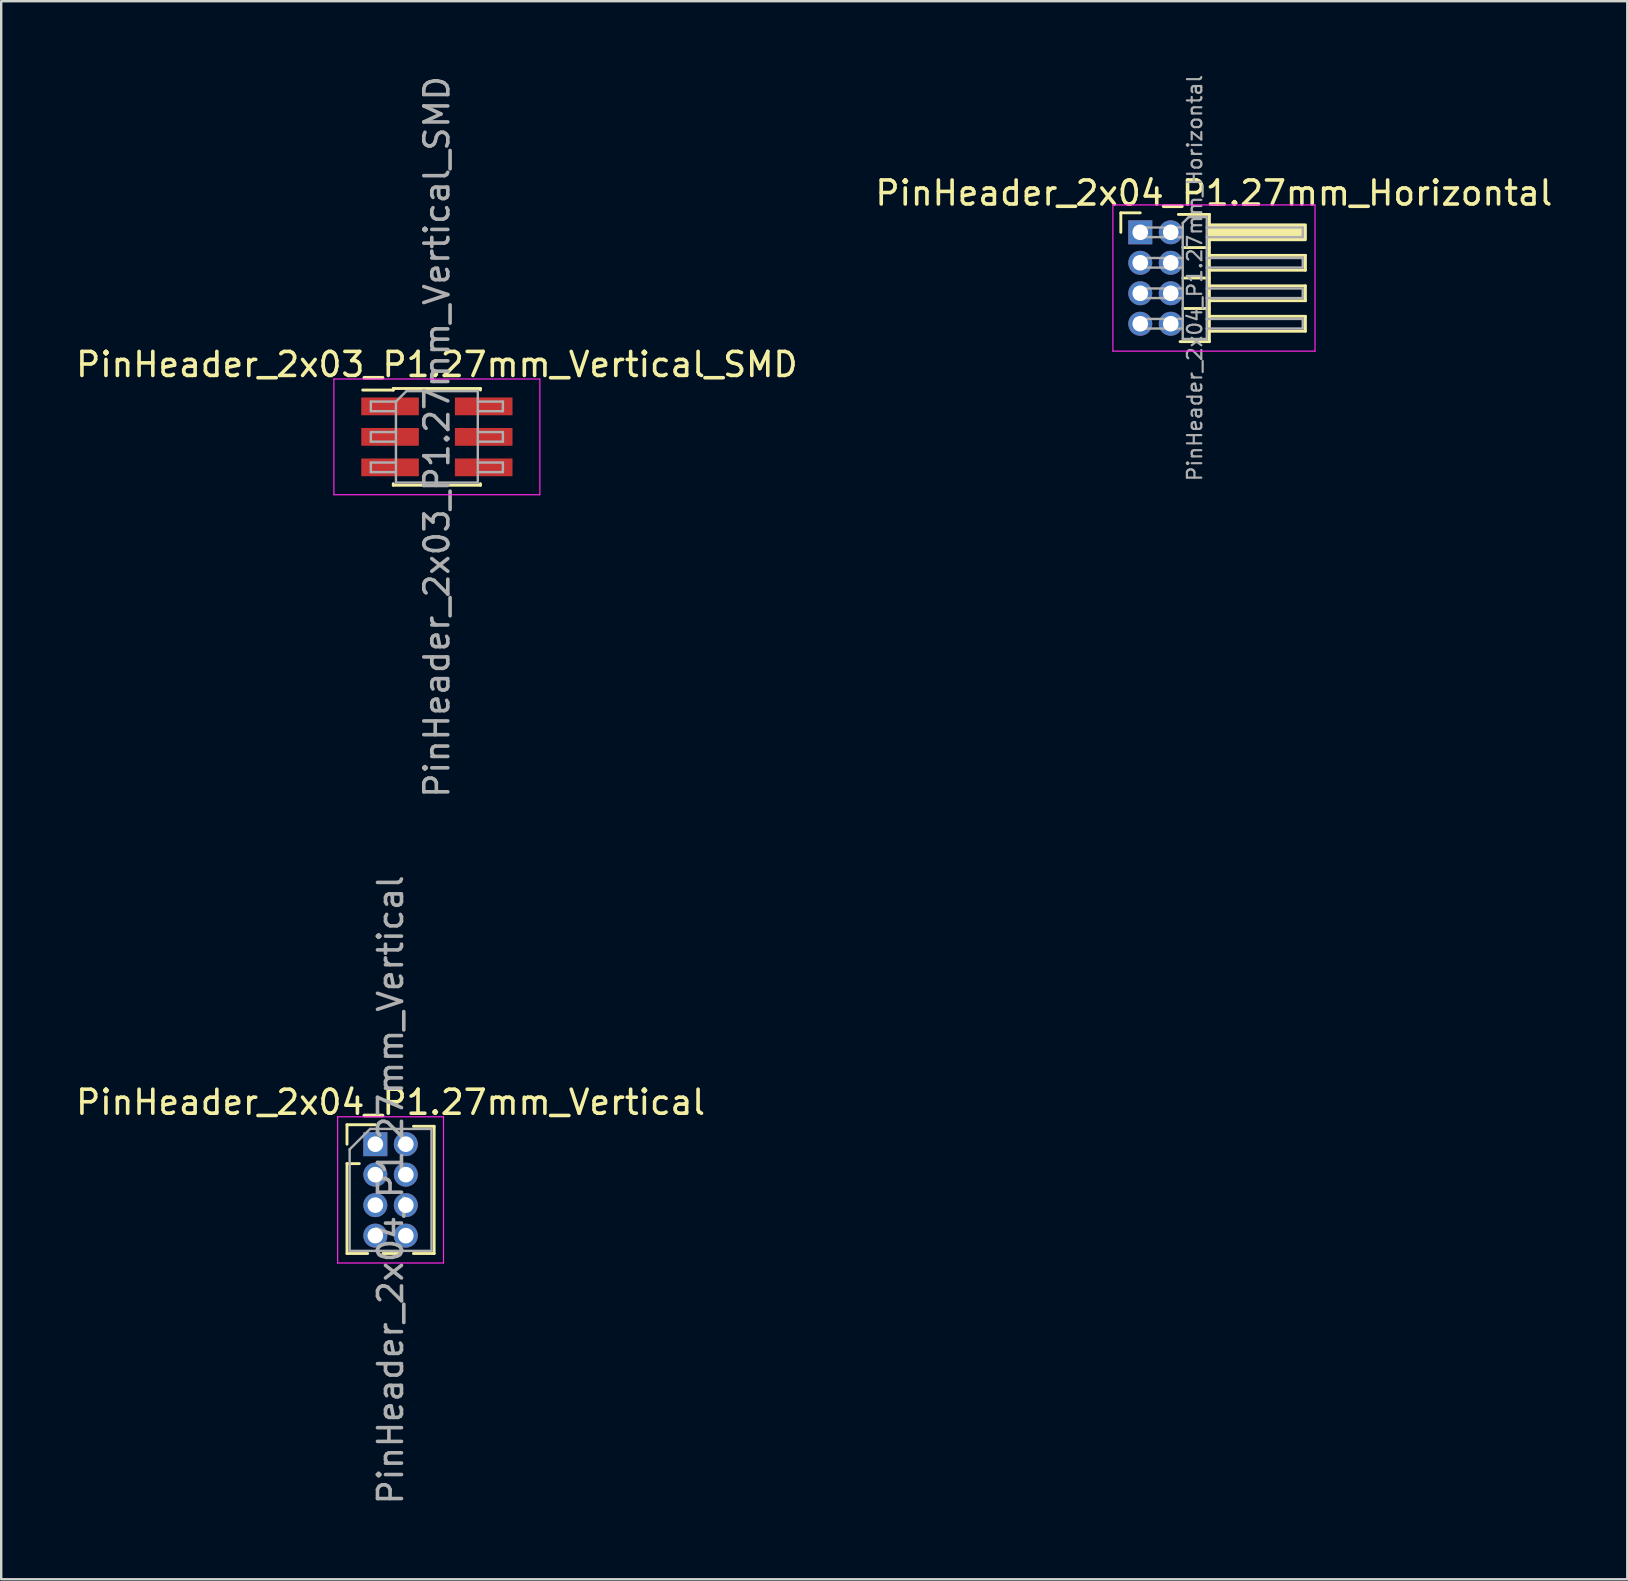
<source format=kicad_pcb>
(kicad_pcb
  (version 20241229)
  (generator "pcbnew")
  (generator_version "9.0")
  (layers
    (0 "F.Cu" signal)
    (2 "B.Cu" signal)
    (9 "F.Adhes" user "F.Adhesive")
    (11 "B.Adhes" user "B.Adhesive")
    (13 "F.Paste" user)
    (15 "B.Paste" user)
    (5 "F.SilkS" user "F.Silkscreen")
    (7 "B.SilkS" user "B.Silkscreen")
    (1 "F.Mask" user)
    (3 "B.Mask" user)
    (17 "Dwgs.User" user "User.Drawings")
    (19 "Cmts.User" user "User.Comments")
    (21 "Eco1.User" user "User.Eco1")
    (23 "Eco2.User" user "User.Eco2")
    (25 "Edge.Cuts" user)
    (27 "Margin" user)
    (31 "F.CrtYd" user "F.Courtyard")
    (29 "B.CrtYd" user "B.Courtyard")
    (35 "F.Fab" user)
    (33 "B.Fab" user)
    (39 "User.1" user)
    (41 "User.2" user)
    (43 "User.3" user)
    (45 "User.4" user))
  (footprint "PinHeader_2x03_P1.27mm_Vertical_SMD"
    (layer "F.Cu")
    (at 15.149 15.149)
    (property "Reference" "PinHeader_2x03_P1.27mm_Vertical_SMD" (at 0 -3.015 0) (layer "F.SilkS") (effects (font (size 1 1) (thickness 0.15))))
    (attr smd)
    (fp_line (start -3.09 -1.95) (end -1.815 -1.95) (stroke (width 0.12) (type solid)) (layer "F.SilkS"))
    (fp_line (start -1.815 -2.015) (end -1.815 -1.95) (stroke (width 0.12) (type solid)) (layer "F.SilkS"))
    (fp_line (start -1.815 -2.015) (end 1.815 -2.015) (stroke (width 0.12) (type solid)) (layer "F.SilkS"))
    (fp_line (start -1.815 1.95) (end -1.815 2.015) (stroke (width 0.12) (type solid)) (layer "F.SilkS"))
    (fp_line (start -1.815 2.015) (end 1.815 2.015) (stroke (width 0.12) (type solid)) (layer "F.SilkS"))
    (fp_line (start 1.815 -2.015) (end 1.815 -1.95) (stroke (width 0.12) (type solid)) (layer "F.SilkS"))
    (fp_line (start 1.815 1.95) (end 1.815 2.015) (stroke (width 0.12) (type solid)) (layer "F.SilkS"))
    (fp_line (start -4.29 -2.41) (end -4.29 2.41) (stroke (width 0.05) (type solid)) (layer "F.CrtYd"))
    (fp_line (start -4.29 2.41) (end 4.29 2.41) (stroke (width 0.05) (type solid)) (layer "F.CrtYd"))
    (fp_line (start 4.29 -2.41) (end -4.29 -2.41) (stroke (width 0.05) (type solid)) (layer "F.CrtYd"))
    (fp_line (start 4.29 2.41) (end 4.29 -2.41) (stroke (width 0.05) (type solid)) (layer "F.CrtYd"))
    (fp_line (start -2.75 -1.47) (end -2.75 -1.07) (stroke (width 0.1) (type solid)) (layer "F.Fab"))
    (fp_line (start -2.75 -1.07) (end -1.705 -1.07) (stroke (width 0.1) (type solid)) (layer "F.Fab"))
    (fp_line (start -2.75 -0.2) (end -2.75 0.2) (stroke (width 0.1) (type solid)) (layer "F.Fab"))
    (fp_line (start -2.75 0.2) (end -1.705 0.2) (stroke (width 0.1) (type solid)) (layer "F.Fab"))
    (fp_line (start -2.75 1.07) (end -2.75 1.47) (stroke (width 0.1) (type solid)) (layer "F.Fab"))
    (fp_line (start -2.75 1.47) (end -1.705 1.47) (stroke (width 0.1) (type solid)) (layer "F.Fab"))
    (fp_line (start -1.705 -1.47) (end -2.75 -1.47) (stroke (width 0.1) (type solid)) (layer "F.Fab"))
    (fp_line (start -1.705 -1.47) (end -1.27 -1.905) (stroke (width 0.1) (type solid)) (layer "F.Fab"))
    (fp_line (start -1.705 -0.2) (end -2.75 -0.2) (stroke (width 0.1) (type solid)) (layer "F.Fab"))
    (fp_line (start -1.705 1.07) (end -2.75 1.07) (stroke (width 0.1) (type solid)) (layer "F.Fab"))
    (fp_line (start -1.705 1.905) (end -1.705 -1.47) (stroke (width 0.1) (type solid)) (layer "F.Fab"))
    (fp_line (start -1.27 -1.905) (end 1.705 -1.905) (stroke (width 0.1) (type solid)) (layer "F.Fab"))
    (fp_line (start 1.705 -1.905) (end 1.705 1.905) (stroke (width 0.1) (type solid)) (layer "F.Fab"))
    (fp_line (start 1.705 -1.47) (end 2.75 -1.47) (stroke (width 0.1) (type solid)) (layer "F.Fab"))
    (fp_line (start 1.705 -0.2) (end 2.75 -0.2) (stroke (width 0.1) (type solid)) (layer "F.Fab"))
    (fp_line (start 1.705 1.07) (end 2.75 1.07) (stroke (width 0.1) (type solid)) (layer "F.Fab"))
    (fp_line (start 1.705 1.905) (end -1.705 1.905) (stroke (width 0.1) (type solid)) (layer "F.Fab"))
    (fp_line (start 2.75 -1.47) (end 2.75 -1.07) (stroke (width 0.1) (type solid)) (layer "F.Fab"))
    (fp_line (start 2.75 -1.07) (end 1.705 -1.07) (stroke (width 0.1) (type solid)) (layer "F.Fab"))
    (fp_line (start 2.75 -0.2) (end 2.75 0.2) (stroke (width 0.1) (type solid)) (layer "F.Fab"))
    (fp_line (start 2.75 0.2) (end 1.705 0.2) (stroke (width 0.1) (type solid)) (layer "F.Fab"))
    (fp_line (start 2.75 1.07) (end 2.75 1.47) (stroke (width 0.1) (type solid)) (layer "F.Fab"))
    (fp_line (start 2.75 1.47) (end 1.705 1.47) (stroke (width 0.1) (type solid)) (layer "F.Fab"))
    (fp_text user "${REFERENCE}" (at 0 0 90) (layer "F.Fab") (effects (font (size 1 1) (thickness 0.15))))
    (pad "1" smd rect (at -1.95 -1.27) (size 2.4 0.74) (layers "F.Cu" "F.Mask" "F.Paste"))
    (pad "2" smd rect (at 1.95 -1.27) (size 2.4 0.74) (layers "F.Cu" "F.Mask" "F.Paste"))
    (pad "3" smd rect (at -1.95 0) (size 2.4 0.74) (layers "F.Cu" "F.Mask" "F.Paste"))
    (pad "4" smd rect (at 1.95 0) (size 2.4 0.74) (layers "F.Cu" "F.Mask" "F.Paste"))
    (pad "5" smd rect (at -1.95 1.27) (size 2.4 0.74) (layers "F.Cu" "F.Mask" "F.Paste"))
    (pad "6" smd rect (at 1.95 1.27) (size 2.4 0.74) (layers "F.Cu" "F.Mask" "F.Paste")))
  (footprint "PinHeader_2x04_P1.27mm_Horizontal"
    (layer "F.Cu")
    (at 44.45 6.627)
    (property "Reference" "PinHeader_2x04_P1.27mm_Horizontal" (at 3.067 -1.635 0) (layer "F.SilkS") (effects (font (size 1 1) (thickness 0.15))))
    (attr through_hole)
    (fp_line (start -0.81 -0.81) (end 0 -0.81) (stroke (width 0.12) (type solid)) (layer "F.SilkS"))
    (fp_line (start -0.81 0) (end -0.81 -0.81) (stroke (width 0.12) (type solid)) (layer "F.SilkS"))
    (fp_line (start 1.588 -0.745) (end 2.88 -0.745) (stroke (width 0.12) (type solid)) (layer "F.SilkS"))
    (fp_line (start 1.773 0.635) (end 2.88 0.635) (stroke (width 0.12) (type solid)) (layer "F.SilkS"))
    (fp_line (start 1.773 1.905) (end 2.88 1.905) (stroke (width 0.12) (type solid)) (layer "F.SilkS"))
    (fp_line (start 1.773 3.175) (end 2.88 3.175) (stroke (width 0.12) (type solid)) (layer "F.SilkS"))
    (fp_line (start 2.88 -0.745) (end 2.88 4.555) (stroke (width 0.12) (type solid)) (layer "F.SilkS"))
    (fp_line (start 2.88 0.96) (end 6.88 0.96) (stroke (width 0.12) (type solid)) (layer "F.SilkS"))
    (fp_line (start 2.88 2.23) (end 6.88 2.23) (stroke (width 0.12) (type solid)) (layer "F.SilkS"))
    (fp_line (start 2.88 3.5) (end 6.88 3.5) (stroke (width 0.12) (type solid)) (layer "F.SilkS"))
    (fp_line (start 2.88 4.555) (end 1.66 4.555) (stroke (width 0.12) (type solid)) (layer "F.SilkS"))
    (fp_line (start 6.88 0.96) (end 6.88 1.58) (stroke (width 0.12) (type solid)) (layer "F.SilkS"))
    (fp_line (start 6.88 1.58) (end 2.88 1.58) (stroke (width 0.12) (type solid)) (layer "F.SilkS"))
    (fp_line (start 6.88 2.23) (end 6.88 2.85) (stroke (width 0.12) (type solid)) (layer "F.SilkS"))
    (fp_line (start 6.88 2.85) (end 2.88 2.85) (stroke (width 0.12) (type solid)) (layer "F.SilkS"))
    (fp_line (start 6.88 3.5) (end 6.88 4.12) (stroke (width 0.12) (type solid)) (layer "F.SilkS"))
    (fp_line (start 6.88 4.12) (end 2.88 4.12) (stroke (width 0.12) (type solid)) (layer "F.SilkS"))
    (fp_rect (start 2.88 -0.31) (end 6.88 0.31) (stroke (width 0.12) (type solid)) (fill yes) (layer "F.SilkS"))
    (fp_line (start -1.14 -1.14) (end -1.14 4.95) (stroke (width 0.05) (type solid)) (layer "F.CrtYd"))
    (fp_line (start -1.14 4.95) (end 7.28 4.95) (stroke (width 0.05) (type solid)) (layer "F.CrtYd"))
    (fp_line (start 7.28 -1.14) (end -1.14 -1.14) (stroke (width 0.05) (type solid)) (layer "F.CrtYd"))
    (fp_line (start 7.28 4.95) (end 7.28 -1.14) (stroke (width 0.05) (type solid)) (layer "F.CrtYd"))
    (fp_line (start -0.2 -0.2) (end -0.2 0.2) (stroke (width 0.1) (type solid)) (layer "F.Fab"))
    (fp_line (start -0.2 -0.2) (end 1.77 -0.2) (stroke (width 0.1) (type solid)) (layer "F.Fab"))
    (fp_line (start -0.2 0.2) (end 1.77 0.2) (stroke (width 0.1) (type solid)) (layer "F.Fab"))
    (fp_line (start -0.2 1.07) (end -0.2 1.47) (stroke (width 0.1) (type solid)) (layer "F.Fab"))
    (fp_line (start -0.2 1.07) (end 1.77 1.07) (stroke (width 0.1) (type solid)) (layer "F.Fab"))
    (fp_line (start -0.2 1.47) (end 1.77 1.47) (stroke (width 0.1) (type solid)) (layer "F.Fab"))
    (fp_line (start -0.2 2.34) (end -0.2 2.74) (stroke (width 0.1) (type solid)) (layer "F.Fab"))
    (fp_line (start -0.2 2.34) (end 1.77 2.34) (stroke (width 0.1) (type solid)) (layer "F.Fab"))
    (fp_line (start -0.2 2.74) (end 1.77 2.74) (stroke (width 0.1) (type solid)) (layer "F.Fab"))
    (fp_line (start -0.2 3.61) (end -0.2 4.01) (stroke (width 0.1) (type solid)) (layer "F.Fab"))
    (fp_line (start -0.2 3.61) (end 1.77 3.61) (stroke (width 0.1) (type solid)) (layer "F.Fab"))
    (fp_line (start -0.2 4.01) (end 1.77 4.01) (stroke (width 0.1) (type solid)) (layer "F.Fab"))
    (fp_line (start 1.77 -0.385) (end 2.02 -0.635) (stroke (width 0.1) (type solid)) (layer "F.Fab"))
    (fp_line (start 1.77 4.445) (end 1.77 -0.385) (stroke (width 0.1) (type solid)) (layer "F.Fab"))
    (fp_line (start 2.02 -0.635) (end 2.77 -0.635) (stroke (width 0.1) (type solid)) (layer "F.Fab"))
    (fp_line (start 2.77 -0.635) (end 2.77 4.445) (stroke (width 0.1) (type solid)) (layer "F.Fab"))
    (fp_line (start 2.77 -0.2) (end 6.77 -0.2) (stroke (width 0.1) (type solid)) (layer "F.Fab"))
    (fp_line (start 2.77 0.2) (end 6.77 0.2) (stroke (width 0.1) (type solid)) (layer "F.Fab"))
    (fp_line (start 2.77 1.07) (end 6.77 1.07) (stroke (width 0.1) (type solid)) (layer "F.Fab"))
    (fp_line (start 2.77 1.47) (end 6.77 1.47) (stroke (width 0.1) (type solid)) (layer "F.Fab"))
    (fp_line (start 2.77 2.34) (end 6.77 2.34) (stroke (width 0.1) (type solid)) (layer "F.Fab"))
    (fp_line (start 2.77 2.74) (end 6.77 2.74) (stroke (width 0.1) (type solid)) (layer "F.Fab"))
    (fp_line (start 2.77 3.61) (end 6.77 3.61) (stroke (width 0.1) (type solid)) (layer "F.Fab"))
    (fp_line (start 2.77 4.01) (end 6.77 4.01) (stroke (width 0.1) (type solid)) (layer "F.Fab"))
    (fp_line (start 2.77 4.445) (end 1.77 4.445) (stroke (width 0.1) (type solid)) (layer "F.Fab"))
    (fp_line (start 6.77 -0.2) (end 6.77 0.2) (stroke (width 0.1) (type solid)) (layer "F.Fab"))
    (fp_line (start 6.77 1.07) (end 6.77 1.47) (stroke (width 0.1) (type solid)) (layer "F.Fab"))
    (fp_line (start 6.77 2.34) (end 6.77 2.74) (stroke (width 0.1) (type solid)) (layer "F.Fab"))
    (fp_line (start 6.77 3.61) (end 6.77 4.01) (stroke (width 0.1) (type solid)) (layer "F.Fab"))
    (fp_text user "${REFERENCE}" (at 2.27 1.905 90) (layer "F.Fab") (effects (font (size 0.6 0.6) (thickness 0.09))))
    (pad "1" thru_hole rect (at 0 0) (size 1 1) (drill 0.65) (layers "*.Cu" "*.Mask"))
    (pad "2" thru_hole circle (at 1.27 0) (size 1 1) (drill 0.65) (layers "*.Cu" "*.Mask"))
    (pad "3" thru_hole circle (at 0 1.27) (size 1 1) (drill 0.65) (layers "*.Cu" "*.Mask"))
    (pad "4" thru_hole circle (at 1.27 1.27) (size 1 1) (drill 0.65) (layers "*.Cu" "*.Mask"))
    (pad "5" thru_hole circle (at 0 2.54) (size 1 1) (drill 0.65) (layers "*.Cu" "*.Mask"))
    (pad "6" thru_hole circle (at 1.27 2.54) (size 1 1) (drill 0.65) (layers "*.Cu" "*.Mask"))
    (pad "7" thru_hole circle (at 0 3.81) (size 1 1) (drill 0.65) (layers "*.Cu" "*.Mask"))
    (pad "8" thru_hole circle (at 1.27 3.81) (size 1 1) (drill 0.65) (layers "*.Cu" "*.Mask")))
  (footprint "PinHeader_2x04_P1.27mm_Vertical"
    (layer "F.Cu")
    (at 12.585 44.613)
    (property "Reference" "PinHeader_2x04_P1.27mm_Vertical" (at 0.635 -1.745 0) (layer "F.SilkS") (effects (font (size 1 1) (thickness 0.15))))
    (attr through_hole)
    (fp_line (start -1.18 -0.81) (end 0 -0.81) (stroke (width 0.12) (type solid)) (layer "F.SilkS"))
    (fp_line (start -1.18 0) (end -1.18 -0.81) (stroke (width 0.12) (type solid)) (layer "F.SilkS"))
    (fp_line (start -1.18 0.81) (end -1.18 4.555) (stroke (width 0.12) (type solid)) (layer "F.SilkS"))
    (fp_line (start -1.18 0.81) (end -0.667 0.81) (stroke (width 0.12) (type solid)) (layer "F.SilkS"))
    (fp_line (start -1.18 4.555) (end -0.318 4.555) (stroke (width 0.12) (type solid)) (layer "F.SilkS"))
    (fp_line (start 0.318 4.555) (end 0.952 4.555) (stroke (width 0.12) (type solid)) (layer "F.SilkS"))
    (fp_line (start 1.588 -0.745) (end 2.45 -0.745) (stroke (width 0.12) (type solid)) (layer "F.SilkS"))
    (fp_line (start 1.588 4.555) (end 2.45 4.555) (stroke (width 0.12) (type solid)) (layer "F.SilkS"))
    (fp_line (start 2.45 -0.745) (end 2.45 4.555) (stroke (width 0.12) (type solid)) (layer "F.SilkS"))
    (fp_line (start -1.57 -1.14) (end -1.57 4.95) (stroke (width 0.05) (type solid)) (layer "F.CrtYd"))
    (fp_line (start -1.57 4.95) (end 2.84 4.95) (stroke (width 0.05) (type solid)) (layer "F.CrtYd"))
    (fp_line (start 2.84 -1.14) (end -1.57 -1.14) (stroke (width 0.05) (type solid)) (layer "F.CrtYd"))
    (fp_line (start 2.84 4.95) (end 2.84 -1.14) (stroke (width 0.05) (type solid)) (layer "F.CrtYd"))
    (fp_line (start -1.07 0.217) (end -0.217 -0.635) (stroke (width 0.1) (type solid)) (layer "F.Fab"))
    (fp_line (start -1.07 4.445) (end -1.07 0.217) (stroke (width 0.1) (type solid)) (layer "F.Fab"))
    (fp_line (start -0.217 -0.635) (end 2.34 -0.635) (stroke (width 0.1) (type solid)) (layer "F.Fab"))
    (fp_line (start 2.34 -0.635) (end 2.34 4.445) (stroke (width 0.1) (type solid)) (layer "F.Fab"))
    (fp_line (start 2.34 4.445) (end -1.07 4.445) (stroke (width 0.1) (type solid)) (layer "F.Fab"))
    (fp_text user "${REFERENCE}" (at 0.635 1.905 90) (layer "F.Fab") (effects (font (size 1 1) (thickness 0.15))))
    (pad "1" thru_hole rect (at 0 0) (size 1 1) (drill 0.65) (layers "*.Cu" "*.Mask"))
    (pad "2" thru_hole circle (at 1.27 0) (size 1 1) (drill 0.65) (layers "*.Cu" "*.Mask"))
    (pad "3" thru_hole circle (at 0 1.27) (size 1 1) (drill 0.65) (layers "*.Cu" "*.Mask"))
    (pad "4" thru_hole circle (at 1.27 1.27) (size 1 1) (drill 0.65) (layers "*.Cu" "*.Mask"))
    (pad "5" thru_hole circle (at 0 2.54) (size 1 1) (drill 0.65) (layers "*.Cu" "*.Mask"))
    (pad "6" thru_hole circle (at 1.27 2.54) (size 1 1) (drill 0.65) (layers "*.Cu" "*.Mask"))
    (pad "7" thru_hole circle (at 0 3.81) (size 1 1) (drill 0.65) (layers "*.Cu" "*.Mask"))
    (pad "8" thru_hole circle (at 1.27 3.81) (size 1 1) (drill 0.65) (layers "*.Cu" "*.Mask")))
  (gr_rect
    (start -3 -3)
    (end 64.738 62.738)
    (stroke (width 0.1) (type default))
    (fill no)
    (layer "Edge.Cuts")))
</source>
